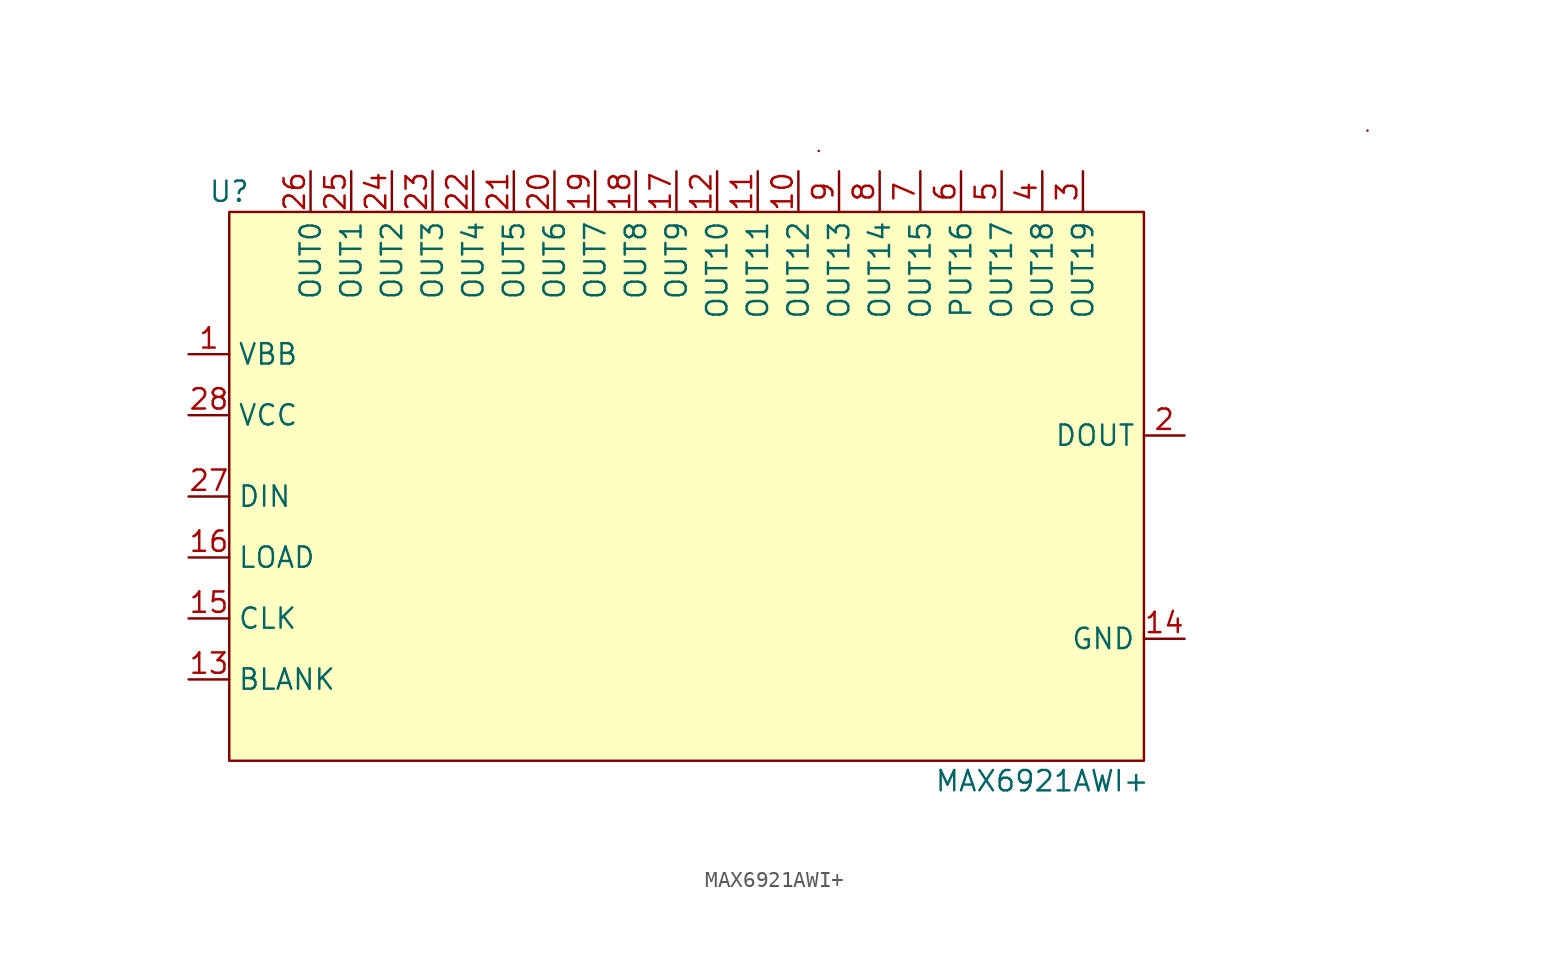
<source format=kicad_sym>
(kicad_symbol_lib
  (version 20211014)
  (generator kicad_symbol_editor)
  (symbol "MAX6921AWI+"
    (property "Reference" "U"
      (at -27.94 35.56 0)
      (effects (font (size 1.27 1.27))))
    (property "Value" "MAX6921AWI+"
      (at 22.86 -1.27 0)
      (effects (font (size 1.27 1.27))))
    (symbol "MAX6921AWI+_0_1"
      (rectangle (start -27.94 34.29) (end 29.21 0) (stroke (width 0) (type default) (color 0 0 0 0)) (fill (type background)))
      (rectangle (start 8.89 38.1) (end 8.89 38.1) (stroke (width 0) (type default) (color 0 0 0 0)) (fill (type none)))
      (rectangle (start 43.18 39.37) (end 43.18 39.37) (stroke (width 0) (type default) (color 0 0 0 0)) (fill (type none))))
    (symbol "MAX6921AWI+_1_1"
      (pin passive line (at -30.48 25.4 0) (length 2.54) (name "VBB" (effects (font (size 1.27 1.27)))) (number "1" (effects (font (size 1.27 1.27)))))
      (pin passive line (at 7.62 36.83 270) (length 2.54) (name "OUT12" (effects (font (size 1.27 1.27)))) (number "10" (effects (font (size 1.27 1.27)))))
      (pin passive line (at 5.08 36.83 270) (length 2.54) (name "OUT11" (effects (font (size 1.27 1.27)))) (number "11" (effects (font (size 1.27 1.27)))))
      (pin passive line (at 2.54 36.83 270) (length 2.54) (name "OUT10" (effects (font (size 1.27 1.27)))) (number "12" (effects (font (size 1.27 1.27)))))
      (pin passive line (at -30.48 5.08 0) (length 2.54) (name "BLANK" (effects (font (size 1.27 1.27)))) (number "13" (effects (font (size 1.27 1.27)))))
      (pin passive line (at 31.75 7.62 180) (length 2.54) (name "GND" (effects (font (size 1.27 1.27)))) (number "14" (effects (font (size 1.27 1.27)))))
      (pin passive line (at -30.48 8.89 0) (length 2.54) (name "CLK" (effects (font (size 1.27 1.27)))) (number "15" (effects (font (size 1.27 1.27)))))
      (pin passive line (at -30.48 12.7 0) (length 2.54) (name "LOAD" (effects (font (size 1.27 1.27)))) (number "16" (effects (font (size 1.27 1.27)))))
      (pin passive line (at 0 36.83 270) (length 2.54) (name "OUT9" (effects (font (size 1.27 1.27)))) (number "17" (effects (font (size 1.27 1.27)))))
      (pin passive line (at -2.54 36.83 270) (length 2.54) (name "OUT8" (effects (font (size 1.27 1.27)))) (number "18" (effects (font (size 1.27 1.27)))))
      (pin passive line (at -5.08 36.83 270) (length 2.54) (name "OUT7" (effects (font (size 1.27 1.27)))) (number "19" (effects (font (size 1.27 1.27)))))
      (pin passive line (at 31.75 20.32 180) (length 2.54) (name "DOUT" (effects (font (size 1.27 1.27)))) (number "2" (effects (font (size 1.27 1.27)))))
      (pin passive line (at -7.62 36.83 270) (length 2.54) (name "OUT6" (effects (font (size 1.27 1.27)))) (number "20" (effects (font (size 1.27 1.27)))))
      (pin passive line (at -10.16 36.83 270) (length 2.54) (name "OUT5" (effects (font (size 1.27 1.27)))) (number "21" (effects (font (size 1.27 1.27)))))
      (pin passive line (at -12.7 36.83 270) (length 2.54) (name "OUT4" (effects (font (size 1.27 1.27)))) (number "22" (effects (font (size 1.27 1.27)))))
      (pin passive line (at -15.24 36.83 270) (length 2.54) (name "OUT3" (effects (font (size 1.27 1.27)))) (number "23" (effects (font (size 1.27 1.27)))))
      (pin passive line (at -17.78 36.83 270) (length 2.54) (name "OUT2" (effects (font (size 1.27 1.27)))) (number "24" (effects (font (size 1.27 1.27)))))
      (pin passive line (at -20.32 36.83 270) (length 2.54) (name "OUT1" (effects (font (size 1.27 1.27)))) (number "25" (effects (font (size 1.27 1.27)))))
      (pin passive line (at -22.86 36.83 270) (length 2.54) (name "OUT0" (effects (font (size 1.27 1.27)))) (number "26" (effects (font (size 1.27 1.27)))))
      (pin passive line (at -30.48 16.51 0) (length 2.54) (name "DIN" (effects (font (size 1.27 1.27)))) (number "27" (effects (font (size 1.27 1.27)))))
      (pin passive line (at -30.48 21.59 0) (length 2.54) (name "VCC" (effects (font (size 1.27 1.27)))) (number "28" (effects (font (size 1.27 1.27)))))
      (pin passive line (at 25.4 36.83 270) (length 2.54) (name "OUT19" (effects (font (size 1.27 1.27)))) (number "3" (effects (font (size 1.27 1.27)))))
      (pin passive line (at 22.86 36.83 270) (length 2.54) (name "OUT18" (effects (font (size 1.27 1.27)))) (number "4" (effects (font (size 1.27 1.27)))))
      (pin passive line (at 20.32 36.83 270) (length 2.54) (name "OUT17" (effects (font (size 1.27 1.27)))) (number "5" (effects (font (size 1.27 1.27)))))
      (pin passive line (at 17.78 36.83 270) (length 2.54) (name "PUT16" (effects (font (size 1.27 1.27)))) (number "6" (effects (font (size 1.27 1.27)))))
      (pin passive line (at 15.24 36.83 270) (length 2.54) (name "OUT15" (effects (font (size 1.27 1.27)))) (number "7" (effects (font (size 1.27 1.27)))))
      (pin passive line (at 12.7 36.83 270) (length 2.54) (name "OUT14" (effects (font (size 1.27 1.27)))) (number "8" (effects (font (size 1.27 1.27)))))
      (pin passive line (at 10.16 36.83 270) (length 2.54) (name "OUT13" (effects (font (size 1.27 1.27)))) (number "9" (effects (font (size 1.27 1.27))))))))
</source>
